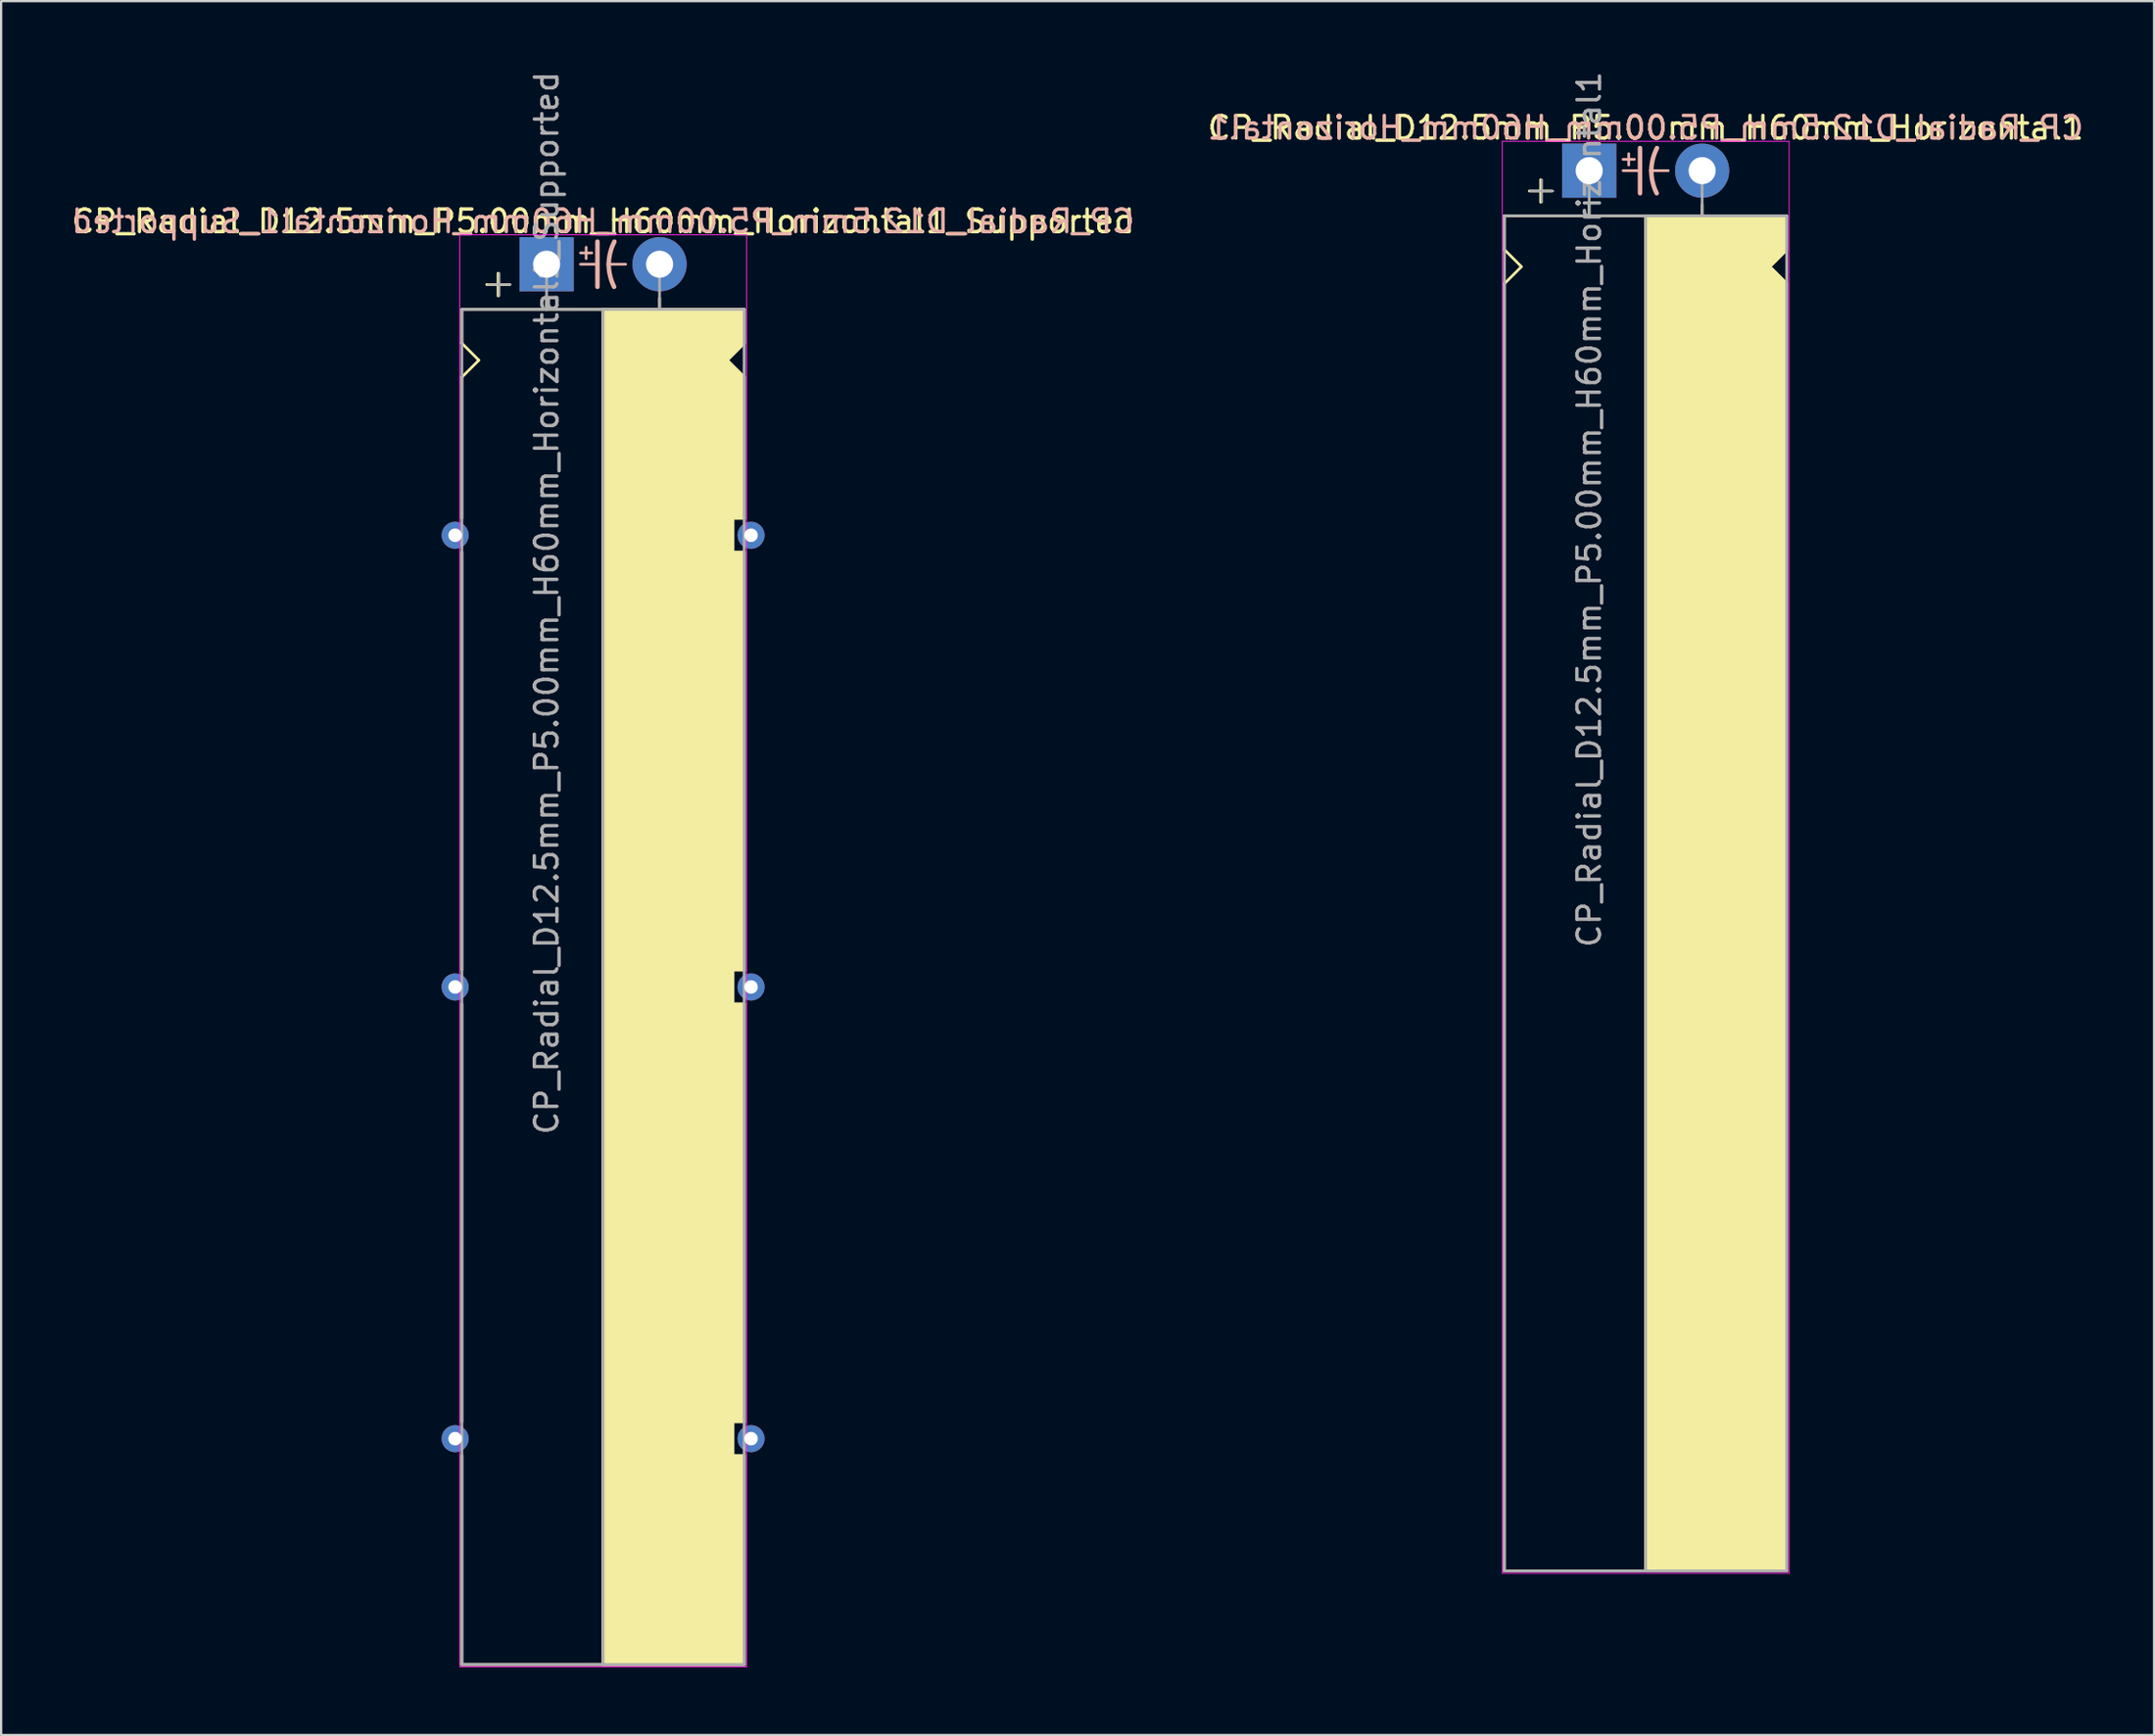
<source format=kicad_pcb>
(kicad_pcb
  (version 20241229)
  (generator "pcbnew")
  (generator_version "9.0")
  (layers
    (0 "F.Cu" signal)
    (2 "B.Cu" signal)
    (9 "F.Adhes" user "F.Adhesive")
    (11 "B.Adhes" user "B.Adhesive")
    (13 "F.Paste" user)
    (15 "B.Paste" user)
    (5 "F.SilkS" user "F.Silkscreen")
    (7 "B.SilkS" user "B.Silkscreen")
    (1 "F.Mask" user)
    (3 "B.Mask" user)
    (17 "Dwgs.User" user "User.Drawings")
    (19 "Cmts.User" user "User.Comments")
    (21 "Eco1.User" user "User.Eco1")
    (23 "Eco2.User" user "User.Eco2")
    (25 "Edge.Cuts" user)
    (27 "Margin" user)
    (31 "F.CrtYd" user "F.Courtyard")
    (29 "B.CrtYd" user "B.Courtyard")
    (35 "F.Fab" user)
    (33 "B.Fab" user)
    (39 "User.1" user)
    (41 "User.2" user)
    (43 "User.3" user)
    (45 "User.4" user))
  (footprint "CP_Radial_D12.5mm_P5.00mm_H60mm_Horizontal1_Supported"
    (layer "F.Cu")
    (at 21.149 8.649)
    (property "Reference" "CP_Radial_D12.5mm_P5.00mm_H60mm_Horizontal1_Supported" (at 2.5 -1.9 180) (layer "F.SilkS") (effects (font (size 1 1) (thickness 0.15))))
    (fp_line (start -3.75 2) (end -3.75 3.5) (stroke (width 0.12) (type solid)) (layer "F.SilkS"))
    (fp_line (start -3.75 3.5) (end -3 4.25) (stroke (width 0.12) (type solid)) (layer "F.SilkS"))
    (fp_line (start -3.75 5) (end -3.75 11.25) (stroke (width 0.12) (type solid)) (layer "F.SilkS"))
    (fp_line (start -3.75 12.75) (end -3.75 31.25) (stroke (width 0.12) (type solid)) (layer "F.SilkS"))
    (fp_line (start -3.75 32.75) (end -3.75 51.25) (stroke (width 0.12) (type solid)) (layer "F.SilkS"))
    (fp_line (start -3.75 62) (end -3.75 52.75) (stroke (width 0.12) (type solid)) (layer "F.SilkS"))
    (fp_line (start -3 4.25) (end -3.75 5) (stroke (width 0.12) (type solid)) (layer "F.SilkS"))
    (fp_line (start -2.15 0.4) (end -2.15 1.4) (stroke (width 0.12) (type solid)) (layer "F.SilkS"))
    (fp_line (start -1.65 0.9) (end -2.65 0.9) (stroke (width 0.12) (type solid)) (layer "F.SilkS"))
    (fp_line (start 0 1.5) (end 0 2) (stroke (width 0.12) (type solid)) (layer "F.SilkS"))
    (fp_line (start 2.5 2) (end -3.75 2) (stroke (width 0.12) (type solid)) (layer "F.SilkS"))
    (fp_line (start 2.5 2) (end 2.5 62) (stroke (width 0.12) (type solid)) (layer "F.SilkS"))
    (fp_line (start 2.5 2) (end 8.75 2) (stroke (width 0.12) (type solid)) (layer "F.SilkS"))
    (fp_line (start 5 1.5) (end 5 2) (stroke (width 0.12) (type solid)) (layer "F.SilkS"))
    (fp_line (start 8 4.25) (end 8.75 5) (stroke (width 0.12) (type solid)) (layer "F.SilkS"))
    (fp_line (start 8.25 11.25) (end 8.75 11.25) (stroke (width 0.12) (type solid)) (layer "F.SilkS"))
    (fp_line (start 8.25 12.75) (end 8.25 11.25) (stroke (width 0.12) (type solid)) (layer "F.SilkS"))
    (fp_line (start 8.25 31.25) (end 8.75 31.25) (stroke (width 0.12) (type solid)) (layer "F.SilkS"))
    (fp_line (start 8.25 32.75) (end 8.25 31.25) (stroke (width 0.12) (type solid)) (layer "F.SilkS"))
    (fp_line (start 8.25 51.25) (end 8.75 51.25) (stroke (width 0.12) (type solid)) (layer "F.SilkS"))
    (fp_line (start 8.25 52.75) (end 8.25 51.25) (stroke (width 0.12) (type solid)) (layer "F.SilkS"))
    (fp_line (start 8.75 2) (end 8.75 3.5) (stroke (width 0.12) (type solid)) (layer "F.SilkS"))
    (fp_line (start 8.75 3.5) (end 8 4.25) (stroke (width 0.12) (type solid)) (layer "F.SilkS"))
    (fp_line (start 8.75 5) (end 8.75 11.25) (stroke (width 0.12) (type solid)) (layer "F.SilkS"))
    (fp_line (start 8.75 12.75) (end 8.25 12.75) (stroke (width 0.12) (type solid)) (layer "F.SilkS"))
    (fp_line (start 8.75 12.75) (end 8.75 31.25) (stroke (width 0.12) (type solid)) (layer "F.SilkS"))
    (fp_line (start 8.75 32.75) (end 8.25 32.75) (stroke (width 0.12) (type solid)) (layer "F.SilkS"))
    (fp_line (start 8.75 51.25) (end 8.75 32.75) (stroke (width 0.12) (type solid)) (layer "F.SilkS"))
    (fp_line (start 8.75 52.75) (end 8.25 52.75) (stroke (width 0.12) (type solid)) (layer "F.SilkS"))
    (fp_line (start 8.75 62) (end -3.75 62) (stroke (width 0.12) (type solid)) (layer "F.SilkS"))
    (fp_line (start 8.75 62) (end 8.75 52.75) (stroke (width 0.12) (type solid)) (layer "F.SilkS"))
    (fp_poly (pts (xy 8.75 3.5) (xy 8 4.25) (xy 8.75 5) (xy 8.75 11.25) (xy 8.25 11.25) (xy 8.25 12.75) (xy 8.75 12.75) (xy 8.75 31.25) (xy 8.25 31.25) (xy 8.25 32.75) (xy 8.75 32.75) (xy 8.75 51.25) (xy 8.25 51.25) (xy 8.25 52.75) (xy 8.75 52.75) (xy 8.75 62) (xy 2.5 62) (xy 2.5 2) (xy 8.75 2)) (stroke (width 0.1) (type solid)) (fill yes) (layer "F.SilkS"))
    (fp_line (start 1.5 -0.5) (end 2 -0.5) (stroke (width 0.12) (type solid)) (layer "B.SilkS"))
    (fp_line (start 1.5 0) (end 2.25 0) (stroke (width 0.12) (type solid)) (layer "B.SilkS"))
    (fp_line (start 1.75 -0.75) (end 1.75 -0.25) (stroke (width 0.12) (type solid)) (layer "B.SilkS"))
    (fp_line (start 2.25 1) (end 2.25 -1) (stroke (width 0.2) (type solid)) (layer "B.SilkS"))
    (fp_line (start 3.5 0) (end 2.75 0) (stroke (width 0.12) (type solid)) (layer "B.SilkS"))
    (fp_arc (start 2.75 0) (mid 2.816707 -0.514573) (end 3 -1) (stroke (width 0.2) (type solid)) (layer "B.SilkS"))
    (fp_arc (start 2.987539 1) (mid 2.810247 0.513901) (end 2.75 0) (stroke (width 0.2) (type solid)) (layer "B.SilkS"))
    (fp_line (start -3.85 -1.3) (end 8.85 -1.3) (stroke (width 0.04) (type solid)) (layer "F.CrtYd"))
    (fp_line (start -3.85 62.1) (end -3.85 -1.3) (stroke (width 0.04) (type solid)) (layer "F.CrtYd"))
    (fp_line (start 8.85 -1.3) (end 8.85 62.1) (stroke (width 0.04) (type solid)) (layer "F.CrtYd"))
    (fp_line (start 8.85 62.1) (end -3.85 62.1) (stroke (width 0.04) (type solid)) (layer "F.CrtYd"))
    (fp_line (start -3.75 2) (end -3.75 62) (stroke (width 0.12) (type solid)) (layer "F.Fab"))
    (fp_line (start -3.75 62) (end 8.75 62) (stroke (width 0.12) (type solid)) (layer "F.Fab"))
    (fp_line (start -2.6 0.9) (end -1.6 0.9) (stroke (width 0.1) (type solid)) (layer "F.Fab"))
    (fp_line (start -2.1 1.4) (end -2.1 0.4) (stroke (width 0.1) (type solid)) (layer "F.Fab"))
    (fp_line (start 0 0) (end 0 2) (stroke (width 0.12) (type solid)) (layer "F.Fab"))
    (fp_line (start 0 2) (end -3.75 2) (stroke (width 0.12) (type solid)) (layer "F.Fab"))
    (fp_line (start 2.5 2) (end 2.5 62) (stroke (width 0.12) (type solid)) (layer "F.Fab"))
    (fp_line (start 5 2) (end 5 0) (stroke (width 0.12) (type solid)) (layer "F.Fab"))
    (fp_line (start 8.75 2) (end 0 2) (stroke (width 0.12) (type solid)) (layer "F.Fab"))
    (fp_line (start 8.75 62) (end 8.75 2) (stroke (width 0.12) (type solid)) (layer "F.Fab"))
    (fp_poly (pts (xy 8.75 62) (xy 2.5 62) (xy 2.5 2) (xy 8.75 2)) (stroke (width 0.1) (type solid)) (fill no) (layer "F.Fab"))
    (fp_text user "${REFERENCE}" (at 2.5 -1.9 0) (layer "B.SilkS") (effects (font (size 1 1) (thickness 0.15)) (justify mirror)))
    (fp_text user "${REFERENCE}" (at 0 15 90) (layer "F.Fab") (effects (font (size 1 1) (thickness 0.15))))
    (pad "1" thru_hole rect (at 0 0) (size 2.4 2.4) (drill 1.2) (layers "*.Cu" "*.Mask"))
    (pad "2" thru_hole circle (at 5 0) (size 2.4 2.4) (drill 1.2) (layers "*.Cu" "*.Mask"))
    (pad "~" thru_hole circle (at -4.05 12) (size 1.2 1.2) (drill 0.6) (layers "*.Cu" "*.Mask"))
    (pad "~" thru_hole circle (at -4.05 32) (size 1.2 1.2) (drill 0.6) (layers "*.Cu" "*.Mask"))
    (pad "~" thru_hole circle (at -4.05 52) (size 1.2 1.2) (drill 0.6) (layers "*.Cu" "*.Mask"))
    (pad "~" thru_hole circle (at 9.05 12) (size 1.2 1.2) (drill 0.6) (layers "*.Cu" "*.Mask"))
    (pad "~" thru_hole circle (at 9.05 32) (size 1.2 1.2) (drill 0.6) (layers "*.Cu" "*.Mask"))
    (pad "~" thru_hole circle (at 9.05 52) (size 1.2 1.2) (drill 0.6) (layers "*.Cu" "*.Mask")))
  (footprint "CP_Radial_D12.5mm_P5.00mm_H60mm_Horizontal1"
    (layer "F.Cu")
    (at 67.304 4.506)
    (property "Reference" "CP_Radial_D12.5mm_P5.00mm_H60mm_Horizontal1" (at 2.5 -1.9 180) (layer "F.SilkS") (effects (font (size 1 1) (thickness 0.15))))
    (fp_line (start -3.75 2) (end -3.75 3.5) (stroke (width 0.12) (type solid)) (layer "F.SilkS"))
    (fp_line (start -3.75 3.5) (end -3 4.25) (stroke (width 0.12) (type solid)) (layer "F.SilkS"))
    (fp_line (start -3.75 5) (end -3.75 62) (stroke (width 0.12) (type solid)) (layer "F.SilkS"))
    (fp_line (start -3 4.25) (end -3.75 5) (stroke (width 0.12) (type solid)) (layer "F.SilkS"))
    (fp_line (start -2.15 0.4) (end -2.15 1.4) (stroke (width 0.12) (type solid)) (layer "F.SilkS"))
    (fp_line (start -1.65 0.9) (end -2.65 0.9) (stroke (width 0.12) (type solid)) (layer "F.SilkS"))
    (fp_line (start 0 1.5) (end 0 2) (stroke (width 0.12) (type solid)) (layer "F.SilkS"))
    (fp_line (start 2.5 2) (end -3.75 2) (stroke (width 0.12) (type solid)) (layer "F.SilkS"))
    (fp_line (start 2.5 2) (end 2.5 62) (stroke (width 0.12) (type solid)) (layer "F.SilkS"))
    (fp_line (start 2.5 2) (end 8.75 2) (stroke (width 0.12) (type solid)) (layer "F.SilkS"))
    (fp_line (start 5 1.5) (end 5 2) (stroke (width 0.12) (type solid)) (layer "F.SilkS"))
    (fp_line (start 8 4.25) (end 8.75 5) (stroke (width 0.12) (type solid)) (layer "F.SilkS"))
    (fp_line (start 8.75 2) (end 8.75 3.5) (stroke (width 0.12) (type solid)) (layer "F.SilkS"))
    (fp_line (start 8.75 3.5) (end 8 4.25) (stroke (width 0.12) (type solid)) (layer "F.SilkS"))
    (fp_line (start 8.75 5) (end 8.75 62) (stroke (width 0.12) (type solid)) (layer "F.SilkS"))
    (fp_line (start 8.75 62) (end -3.75 62) (stroke (width 0.12) (type solid)) (layer "F.SilkS"))
    (fp_poly (pts (xy 8.75 3.5) (xy 8 4.25) (xy 8.75 5) (xy 8.75 62) (xy 2.5 62) (xy 2.5 2) (xy 8.75 2)) (stroke (width 0.1) (type solid)) (fill yes) (layer "F.SilkS"))
    (fp_line (start 1.5 -0.5) (end 2 -0.5) (stroke (width 0.12) (type solid)) (layer "B.SilkS"))
    (fp_line (start 1.5 0) (end 2.25 0) (stroke (width 0.12) (type solid)) (layer "B.SilkS"))
    (fp_line (start 1.75 -0.75) (end 1.75 -0.25) (stroke (width 0.12) (type solid)) (layer "B.SilkS"))
    (fp_line (start 2.25 1) (end 2.25 -1) (stroke (width 0.2) (type solid)) (layer "B.SilkS"))
    (fp_line (start 3.5 0) (end 2.75 0) (stroke (width 0.12) (type solid)) (layer "B.SilkS"))
    (fp_arc (start 2.75 0) (mid 2.816707 -0.514573) (end 3 -1) (stroke (width 0.2) (type solid)) (layer "B.SilkS"))
    (fp_arc (start 2.987539 1) (mid 2.810247 0.513901) (end 2.75 0) (stroke (width 0.2) (type solid)) (layer "B.SilkS"))
    (fp_line (start -3.85 -1.3) (end 8.85 -1.3) (stroke (width 0.04) (type solid)) (layer "F.CrtYd"))
    (fp_line (start -3.85 62.1) (end -3.85 -1.3) (stroke (width 0.04) (type solid)) (layer "F.CrtYd"))
    (fp_line (start 8.85 -1.3) (end 8.85 62.1) (stroke (width 0.04) (type solid)) (layer "F.CrtYd"))
    (fp_line (start 8.85 62.1) (end -3.85 62.1) (stroke (width 0.04) (type solid)) (layer "F.CrtYd"))
    (fp_line (start -3.75 2) (end -3.75 62) (stroke (width 0.12) (type solid)) (layer "F.Fab"))
    (fp_line (start -3.75 62) (end 8.75 62) (stroke (width 0.12) (type solid)) (layer "F.Fab"))
    (fp_line (start -2.6 0.9) (end -1.6 0.9) (stroke (width 0.1) (type solid)) (layer "F.Fab"))
    (fp_line (start -2.1 1.4) (end -2.1 0.4) (stroke (width 0.1) (type solid)) (layer "F.Fab"))
    (fp_line (start 0 0) (end 0 2) (stroke (width 0.12) (type solid)) (layer "F.Fab"))
    (fp_line (start 0 2) (end -3.75 2) (stroke (width 0.12) (type solid)) (layer "F.Fab"))
    (fp_line (start 2.5 2) (end 2.5 62) (stroke (width 0.12) (type solid)) (layer "F.Fab"))
    (fp_line (start 5 2) (end 5 0) (stroke (width 0.12) (type solid)) (layer "F.Fab"))
    (fp_line (start 8.75 2) (end 0 2) (stroke (width 0.12) (type solid)) (layer "F.Fab"))
    (fp_line (start 8.75 62) (end 8.75 2) (stroke (width 0.12) (type solid)) (layer "F.Fab"))
    (fp_poly (pts (xy 8.75 62) (xy 2.5 62) (xy 2.5 2) (xy 8.75 2)) (stroke (width 0.1) (type solid)) (fill no) (layer "F.Fab"))
    (fp_text user "${REFERENCE}" (at 2.5 -1.9 0) (layer "B.SilkS") (effects (font (size 1 1) (thickness 0.15)) (justify mirror)))
    (fp_text user "${REFERENCE}" (at 0 15 90) (layer "F.Fab") (effects (font (size 1 1) (thickness 0.15))))
    (pad "1" thru_hole rect (at 0 0) (size 2.4 2.4) (drill 1.2) (layers "*.Cu" "*.Mask"))
    (pad "2" thru_hole circle (at 5 0) (size 2.4 2.4) (drill 1.2) (layers "*.Cu" "*.Mask")))
  (gr_rect
    (start -3 -3)
    (end 92.31 73.769)
    (stroke (width 0.1) (type default))
    (fill no)
    (layer "Edge.Cuts")))
</source>
